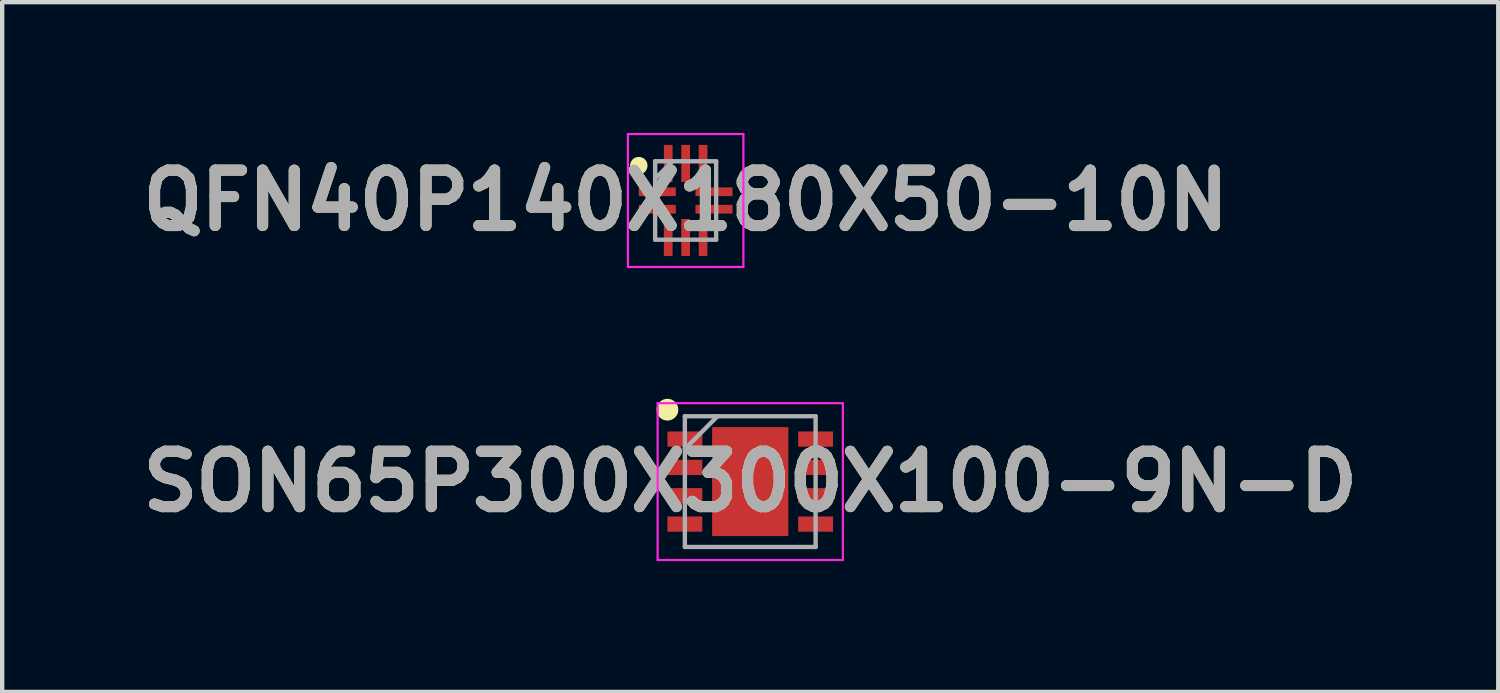
<source format=kicad_pcb>
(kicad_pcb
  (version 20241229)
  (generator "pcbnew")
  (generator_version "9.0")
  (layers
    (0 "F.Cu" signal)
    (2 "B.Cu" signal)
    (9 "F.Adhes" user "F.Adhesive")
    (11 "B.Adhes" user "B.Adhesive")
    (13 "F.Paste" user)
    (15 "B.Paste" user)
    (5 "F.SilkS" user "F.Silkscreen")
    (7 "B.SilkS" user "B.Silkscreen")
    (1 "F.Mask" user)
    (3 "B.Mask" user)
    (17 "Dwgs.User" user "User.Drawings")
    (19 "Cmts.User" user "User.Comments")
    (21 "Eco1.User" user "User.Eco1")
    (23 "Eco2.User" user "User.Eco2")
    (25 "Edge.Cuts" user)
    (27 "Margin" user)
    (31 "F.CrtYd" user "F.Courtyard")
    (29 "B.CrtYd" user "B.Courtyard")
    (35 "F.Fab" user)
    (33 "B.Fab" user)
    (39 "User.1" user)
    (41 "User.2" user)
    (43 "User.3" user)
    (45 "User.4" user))
  (footprint "QFN40P140X180X50-10N"
    (layer "F.Cu")
    (at 12.682 1.55)
    (property "Reference" "QFN40P140X180X50-10N" (at 0 0 0) (layer "F.SilkS") (effects (font (size 1.27 1.27) (thickness 0.254))))
    (attr smd)
    (fp_circle (center -1.075 -0.8) (end -1.075 -0.7) (stroke (width 0.2) (type solid)) (fill no) (layer "F.SilkS"))
    (fp_line (start -1.325 -1.525) (end 1.325 -1.525) (stroke (width 0.05) (type solid)) (layer "F.CrtYd"))
    (fp_line (start -1.325 1.525) (end -1.325 -1.525) (stroke (width 0.05) (type solid)) (layer "F.CrtYd"))
    (fp_line (start 1.325 -1.525) (end 1.325 1.525) (stroke (width 0.05) (type solid)) (layer "F.CrtYd"))
    (fp_line (start 1.325 1.525) (end -1.325 1.525) (stroke (width 0.05) (type solid)) (layer "F.CrtYd"))
    (fp_line (start -0.7 -0.9) (end 0.7 -0.9) (stroke (width 0.1) (type solid)) (layer "F.Fab"))
    (fp_line (start -0.7 -0.5) (end -0.3 -0.9) (stroke (width 0.1) (type solid)) (layer "F.Fab"))
    (fp_line (start -0.7 0.9) (end -0.7 -0.9) (stroke (width 0.1) (type solid)) (layer "F.Fab"))
    (fp_line (start 0.7 -0.9) (end 0.7 0.9) (stroke (width 0.1) (type solid)) (layer "F.Fab"))
    (fp_line (start 0.7 0.9) (end -0.7 0.9) (stroke (width 0.1) (type solid)) (layer "F.Fab"))
    (fp_text user "${REFERENCE}" (at 0 0 0) (layer "F.Fab") (effects (font (size 1.27 1.27) (thickness 0.254))))
    (pad "1" smd rect (at -0.65 -0.2 90) (size 0.2 0.85) (layers "F.Cu" "F.Mask" "F.Paste"))
    (pad "2" smd rect (at -0.65 0.2 90) (size 0.2 0.85) (layers "F.Cu" "F.Mask" "F.Paste"))
    (pad "3" smd rect (at -0.4 0.85) (size 0.2 0.85) (layers "F.Cu" "F.Mask" "F.Paste"))
    (pad "4" smd rect (at 0 0.85) (size 0.2 0.85) (layers "F.Cu" "F.Mask" "F.Paste"))
    (pad "5" smd rect (at 0.4 0.85) (size 0.2 0.85) (layers "F.Cu" "F.Mask" "F.Paste"))
    (pad "6" smd rect (at 0.65 0.2 90) (size 0.2 0.85) (layers "F.Cu" "F.Mask" "F.Paste"))
    (pad "7" smd rect (at 0.65 -0.2 90) (size 0.2 0.85) (layers "F.Cu" "F.Mask" "F.Paste"))
    (pad "8" smd rect (at 0.4 -0.85) (size 0.2 0.85) (layers "F.Cu" "F.Mask" "F.Paste"))
    (pad "9" smd rect (at 0 -0.85) (size 0.2 0.85) (layers "F.Cu" "F.Mask" "F.Paste"))
    (pad "10" smd rect (at -0.4 -0.85) (size 0.2 0.85) (layers "F.Cu" "F.Mask" "F.Paste")))
  (footprint "SON65P300X300X100-9N-D"
    (layer "F.Cu")
    (at 14.164 8)
    (property "Reference" "SON65P300X300X100-9N-D" (at 0 0 0) (layer "F.SilkS") (effects (font (size 1.27 1.27) (thickness 0.254))))
    (attr smd)
    (fp_circle (center -1.9 -1.65) (end -1.9 -1.525) (stroke (width 0.25) (type solid)) (fill no) (layer "F.SilkS"))
    (fp_line (start -2.125 -1.8) (end 2.125 -1.8) (stroke (width 0.05) (type solid)) (layer "F.CrtYd"))
    (fp_line (start -2.125 1.8) (end -2.125 -1.8) (stroke (width 0.05) (type solid)) (layer "F.CrtYd"))
    (fp_line (start 2.125 -1.8) (end 2.125 1.8) (stroke (width 0.05) (type solid)) (layer "F.CrtYd"))
    (fp_line (start 2.125 1.8) (end -2.125 1.8) (stroke (width 0.05) (type solid)) (layer "F.CrtYd"))
    (fp_line (start -1.5 -1.5) (end 1.5 -1.5) (stroke (width 0.1) (type solid)) (layer "F.Fab"))
    (fp_line (start -1.5 -0.75) (end -0.75 -1.5) (stroke (width 0.1) (type solid)) (layer "F.Fab"))
    (fp_line (start -1.5 1.5) (end -1.5 -1.5) (stroke (width 0.1) (type solid)) (layer "F.Fab"))
    (fp_line (start 1.5 -1.5) (end 1.5 1.5) (stroke (width 0.1) (type solid)) (layer "F.Fab"))
    (fp_line (start 1.5 1.5) (end -1.5 1.5) (stroke (width 0.1) (type solid)) (layer "F.Fab"))
    (fp_text user "${REFERENCE}" (at 0 0 0) (layer "F.Fab") (effects (font (size 1.27 1.27) (thickness 0.254))))
    (pad "1" smd rect (at -1.5 -0.975 90) (size 0.35 0.8) (layers "F.Cu" "F.Mask" "F.Paste"))
    (pad "2" smd rect (at -1.5 -0.325 90) (size 0.35 0.8) (layers "F.Cu" "F.Mask" "F.Paste"))
    (pad "3" smd rect (at -1.5 0.325 90) (size 0.35 0.8) (layers "F.Cu" "F.Mask" "F.Paste"))
    (pad "4" smd rect (at -1.5 0.975 90) (size 0.35 0.8) (layers "F.Cu" "F.Mask" "F.Paste"))
    (pad "5" smd rect (at 1.5 0.975 90) (size 0.35 0.8) (layers "F.Cu" "F.Mask" "F.Paste"))
    (pad "6" smd rect (at 1.5 0.325 90) (size 0.35 0.8) (layers "F.Cu" "F.Mask" "F.Paste"))
    (pad "7" smd rect (at 1.5 -0.325 90) (size 0.35 0.8) (layers "F.Cu" "F.Mask" "F.Paste"))
    (pad "8" smd rect (at 1.5 -0.975 90) (size 0.35 0.8) (layers "F.Cu" "F.Mask" "F.Paste"))
    (pad "9" smd rect (at 0 0) (size 1.75 2.5) (layers "F.Cu" "F.Mask" "F.Paste")))
  (gr_rect
    (start -3 -3)
    (end 31.327 12.825)
    (stroke (width 0.1) (type default))
    (fill no)
    (layer "Edge.Cuts")))
</source>
